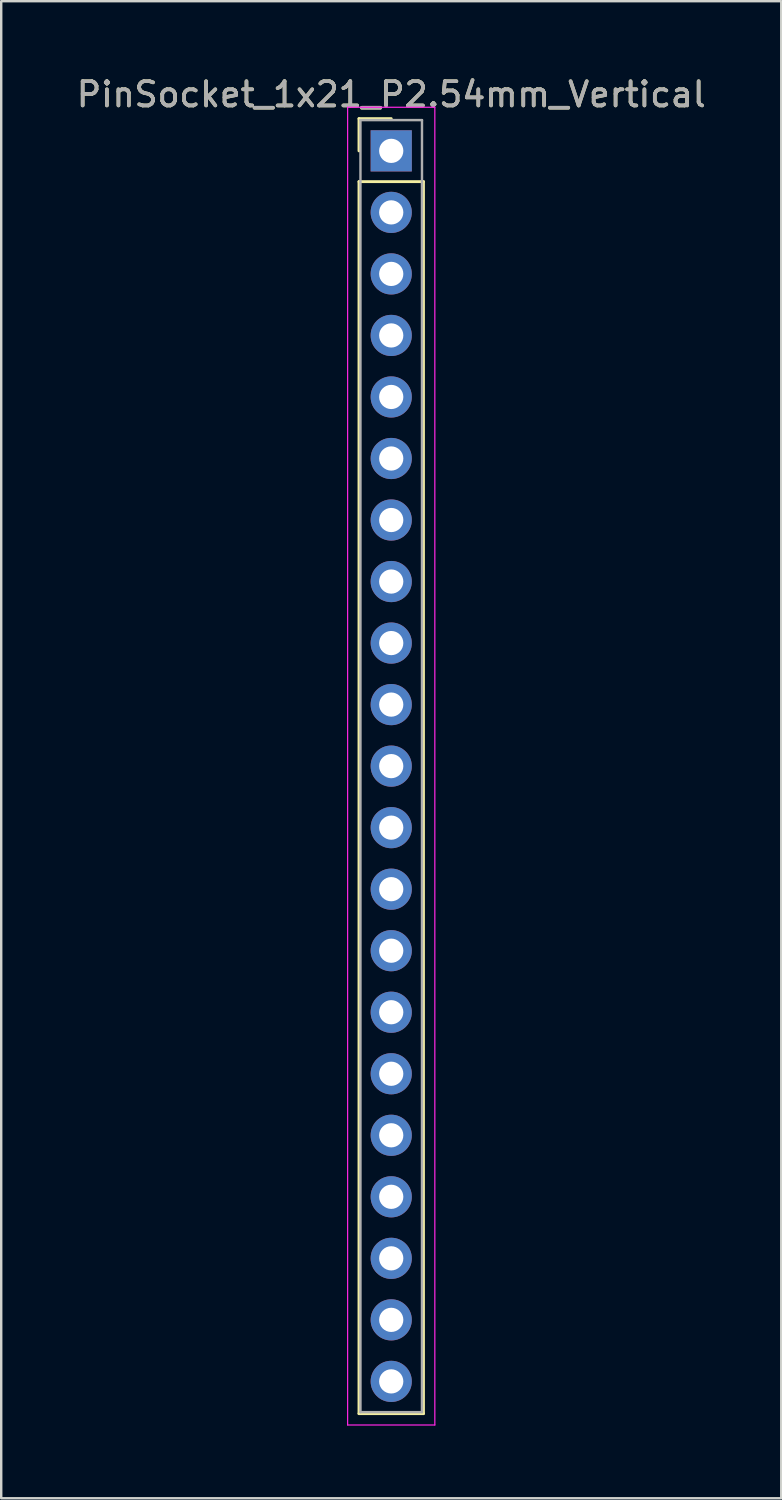
<source format=kicad_pcb>
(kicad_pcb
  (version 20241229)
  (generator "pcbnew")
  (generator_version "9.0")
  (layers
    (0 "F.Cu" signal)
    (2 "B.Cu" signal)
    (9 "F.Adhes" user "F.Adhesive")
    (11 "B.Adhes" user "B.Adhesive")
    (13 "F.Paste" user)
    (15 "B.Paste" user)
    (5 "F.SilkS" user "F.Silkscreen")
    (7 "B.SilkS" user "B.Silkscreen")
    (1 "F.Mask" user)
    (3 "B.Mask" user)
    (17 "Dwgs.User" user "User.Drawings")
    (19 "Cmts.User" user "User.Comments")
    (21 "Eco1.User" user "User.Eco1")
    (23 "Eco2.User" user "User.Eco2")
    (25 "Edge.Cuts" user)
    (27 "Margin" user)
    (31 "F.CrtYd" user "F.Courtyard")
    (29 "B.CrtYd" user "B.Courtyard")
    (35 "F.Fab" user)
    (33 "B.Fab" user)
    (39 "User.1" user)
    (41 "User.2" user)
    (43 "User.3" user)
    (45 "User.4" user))
  (footprint "PinSocket_1x21_P2.54mm_Vertical"
    (layer "F.Cu")
    (at 13.101 3.178)
    (property "Reference" "PinSocket_1x21_P2.54mm_Vertical" (at 0 -2.33 0) (layer "F.SilkS") (effects (font (size 1 1) (thickness 0.15))))
    (attr through_hole)
    (fp_line (start -1.33 -1.33) (end 0 -1.33) (stroke (width 0.12) (type solid)) (layer "F.SilkS"))
    (fp_line (start -1.33 0) (end -1.33 -1.33) (stroke (width 0.12) (type solid)) (layer "F.SilkS"))
    (fp_line (start -1.33 1.27) (end -1.33 52.13) (stroke (width 0.12) (type solid)) (layer "F.SilkS"))
    (fp_line (start -1.33 52.13) (end 1.33 52.13) (stroke (width 0.12) (type solid)) (layer "F.SilkS"))
    (fp_line (start 1.33 1.27) (end -1.33 1.27) (stroke (width 0.12) (type solid)) (layer "F.SilkS"))
    (fp_line (start 1.33 52.13) (end 1.33 1.27) (stroke (width 0.12) (type solid)) (layer "F.SilkS"))
    (fp_line (start -1.8 -1.8) (end -1.8 52.6) (stroke (width 0.05) (type solid)) (layer "F.CrtYd"))
    (fp_line (start -1.8 52.6) (end 1.8 52.6) (stroke (width 0.05) (type solid)) (layer "F.CrtYd"))
    (fp_line (start 1.8 -1.8) (end -1.8 -1.8) (stroke (width 0.05) (type solid)) (layer "F.CrtYd"))
    (fp_line (start 1.8 52.6) (end 1.8 -1.8) (stroke (width 0.05) (type solid)) (layer "F.CrtYd"))
    (fp_line (start -1.27 -1.27) (end -1.27 52.07) (stroke (width 0.1) (type solid)) (layer "F.Fab"))
    (fp_line (start -1.27 52.07) (end 1.27 52.07) (stroke (width 0.1) (type solid)) (layer "F.Fab"))
    (fp_line (start 1.27 -1.27) (end -1.27 -1.27) (stroke (width 0.1) (type solid)) (layer "F.Fab"))
    (fp_line (start 1.27 52.07) (end 1.27 -1.27) (stroke (width 0.1) (type solid)) (layer "F.Fab"))
    (fp_text user "${REFERENCE}" (at 0 -2.33 0) (layer "F.Fab") (effects (font (size 1 1) (thickness 0.15))))
    (pad "1" thru_hole rect (at 0 0) (size 1.7 1.7) (drill 1) (layers "*.Cu" "*.Mask"))
    (pad "2" thru_hole oval (at 0 2.54) (size 1.7 1.7) (drill 1) (layers "*.Cu" "*.Mask"))
    (pad "3" thru_hole oval (at 0 5.08) (size 1.7 1.7) (drill 1) (layers "*.Cu" "*.Mask"))
    (pad "4" thru_hole oval (at 0 7.62) (size 1.7 1.7) (drill 1) (layers "*.Cu" "*.Mask"))
    (pad "5" thru_hole oval (at 0 10.16) (size 1.7 1.7) (drill 1) (layers "*.Cu" "*.Mask"))
    (pad "6" thru_hole oval (at 0 12.7) (size 1.7 1.7) (drill 1) (layers "*.Cu" "*.Mask"))
    (pad "7" thru_hole oval (at 0 15.24) (size 1.7 1.7) (drill 1) (layers "*.Cu" "*.Mask"))
    (pad "8" thru_hole oval (at 0 17.78) (size 1.7 1.7) (drill 1) (layers "*.Cu" "*.Mask"))
    (pad "9" thru_hole oval (at 0 20.32) (size 1.7 1.7) (drill 1) (layers "*.Cu" "*.Mask"))
    (pad "10" thru_hole oval (at 0 22.86) (size 1.7 1.7) (drill 1) (layers "*.Cu" "*.Mask"))
    (pad "11" thru_hole oval (at 0 25.4) (size 1.7 1.7) (drill 1) (layers "*.Cu" "*.Mask"))
    (pad "12" thru_hole oval (at 0 27.94) (size 1.7 1.7) (drill 1) (layers "*.Cu" "*.Mask"))
    (pad "13" thru_hole oval (at 0 30.48) (size 1.7 1.7) (drill 1) (layers "*.Cu" "*.Mask"))
    (pad "14" thru_hole oval (at 0 33.02) (size 1.7 1.7) (drill 1) (layers "*.Cu" "*.Mask"))
    (pad "15" thru_hole oval (at 0 35.56) (size 1.7 1.7) (drill 1) (layers "*.Cu" "*.Mask"))
    (pad "16" thru_hole oval (at 0 38.1) (size 1.7 1.7) (drill 1) (layers "*.Cu" "*.Mask"))
    (pad "17" thru_hole oval (at 0 40.64) (size 1.7 1.7) (drill 1) (layers "*.Cu" "*.Mask"))
    (pad "18" thru_hole oval (at 0 43.18) (size 1.7 1.7) (drill 1) (layers "*.Cu" "*.Mask"))
    (pad "19" thru_hole oval (at 0 45.72) (size 1.7 1.7) (drill 1) (layers "*.Cu" "*.Mask"))
    (pad "20" thru_hole oval (at 0 48.26) (size 1.7 1.7) (drill 1) (layers "*.Cu" "*.Mask"))
    (pad "21" thru_hole oval (at 0 50.8) (size 1.7 1.7) (drill 1) (layers "*.Cu" "*.Mask")))
  (gr_rect
    (start -3 -3)
    (end 29.202 58.803)
    (stroke (width 0.1) (type default))
    (fill no)
    (layer "Edge.Cuts")))
</source>
